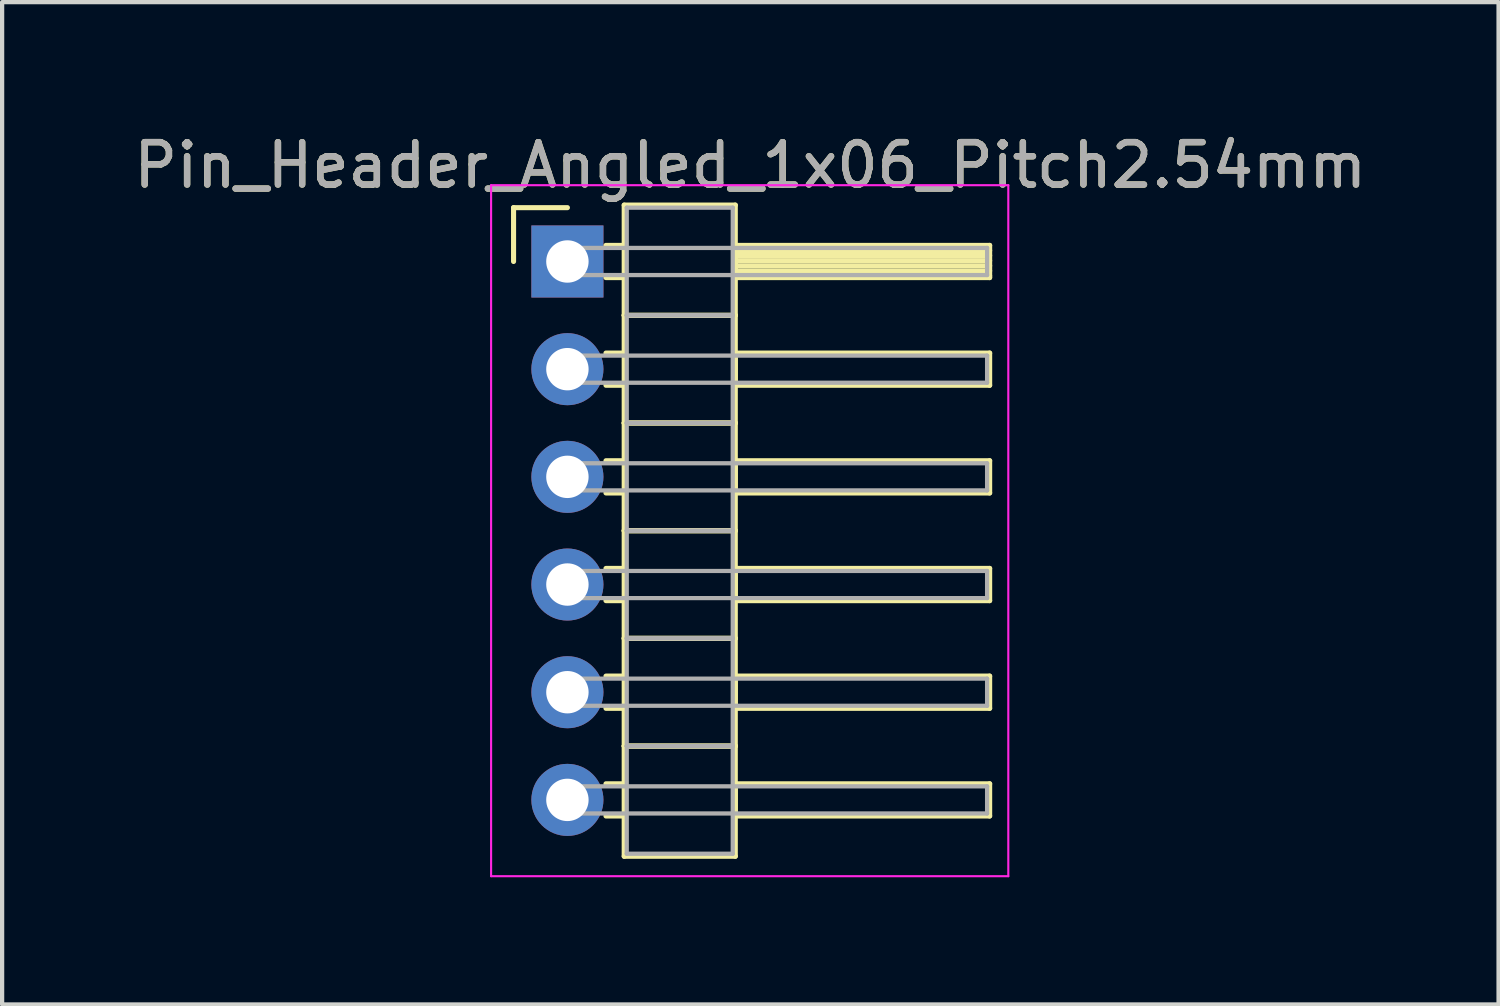
<source format=kicad_pcb>
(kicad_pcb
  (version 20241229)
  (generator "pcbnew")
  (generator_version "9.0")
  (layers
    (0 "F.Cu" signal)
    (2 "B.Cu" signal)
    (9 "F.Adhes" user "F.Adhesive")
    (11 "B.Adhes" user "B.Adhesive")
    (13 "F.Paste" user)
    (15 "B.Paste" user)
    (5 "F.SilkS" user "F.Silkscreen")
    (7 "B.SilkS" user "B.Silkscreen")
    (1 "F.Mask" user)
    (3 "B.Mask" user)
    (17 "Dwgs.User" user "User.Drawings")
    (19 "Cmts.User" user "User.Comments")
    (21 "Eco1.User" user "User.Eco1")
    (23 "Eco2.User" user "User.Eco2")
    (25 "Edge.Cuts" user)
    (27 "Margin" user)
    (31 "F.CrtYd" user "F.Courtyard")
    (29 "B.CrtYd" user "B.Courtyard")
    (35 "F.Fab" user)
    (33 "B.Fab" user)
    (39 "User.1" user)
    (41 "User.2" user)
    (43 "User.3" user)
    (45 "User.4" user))
  (footprint "Pin_Header_Angled_1x06_Pitch2.54mm"
    (layer "F.Cu")
    (at 10.334 3.118)
    (property "Reference" "Pin_Header_Angled_1x06_Pitch2.54mm" (at 4.315 -2.27 0) (layer "F.SilkS") (effects (font (size 1 1) (thickness 0.15))))
    (attr through_hole)
    (fp_line (start -1.27 -1.27) (end 0 -1.27) (stroke (width 0.12) (type solid)) (layer "F.SilkS"))
    (fp_line (start -1.27 0) (end -1.27 -1.27) (stroke (width 0.12) (type solid)) (layer "F.SilkS"))
    (fp_line (start 0.91 -0.38) (end 1.34 -0.38) (stroke (width 0.12) (type solid)) (layer "F.SilkS"))
    (fp_line (start 0.91 0.38) (end 1.34 0.38) (stroke (width 0.12) (type solid)) (layer "F.SilkS"))
    (fp_line (start 0.91 2.16) (end 1.34 2.16) (stroke (width 0.12) (type solid)) (layer "F.SilkS"))
    (fp_line (start 0.91 2.92) (end 1.34 2.92) (stroke (width 0.12) (type solid)) (layer "F.SilkS"))
    (fp_line (start 0.91 4.7) (end 1.34 4.7) (stroke (width 0.12) (type solid)) (layer "F.SilkS"))
    (fp_line (start 0.91 5.46) (end 1.34 5.46) (stroke (width 0.12) (type solid)) (layer "F.SilkS"))
    (fp_line (start 0.91 7.24) (end 1.34 7.24) (stroke (width 0.12) (type solid)) (layer "F.SilkS"))
    (fp_line (start 0.91 8) (end 1.34 8) (stroke (width 0.12) (type solid)) (layer "F.SilkS"))
    (fp_line (start 0.91 9.78) (end 1.34 9.78) (stroke (width 0.12) (type solid)) (layer "F.SilkS"))
    (fp_line (start 0.91 10.54) (end 1.34 10.54) (stroke (width 0.12) (type solid)) (layer "F.SilkS"))
    (fp_line (start 0.91 12.32) (end 1.34 12.32) (stroke (width 0.12) (type solid)) (layer "F.SilkS"))
    (fp_line (start 0.91 13.08) (end 1.34 13.08) (stroke (width 0.12) (type solid)) (layer "F.SilkS"))
    (fp_line (start 1.34 -1.33) (end 1.34 1.27) (stroke (width 0.12) (type solid)) (layer "F.SilkS"))
    (fp_line (start 1.34 1.27) (end 1.34 3.81) (stroke (width 0.12) (type solid)) (layer "F.SilkS"))
    (fp_line (start 1.34 1.27) (end 3.96 1.27) (stroke (width 0.12) (type solid)) (layer "F.SilkS"))
    (fp_line (start 1.34 3.81) (end 1.34 6.35) (stroke (width 0.12) (type solid)) (layer "F.SilkS"))
    (fp_line (start 1.34 3.81) (end 3.96 3.81) (stroke (width 0.12) (type solid)) (layer "F.SilkS"))
    (fp_line (start 1.34 6.35) (end 1.34 8.89) (stroke (width 0.12) (type solid)) (layer "F.SilkS"))
    (fp_line (start 1.34 6.35) (end 3.96 6.35) (stroke (width 0.12) (type solid)) (layer "F.SilkS"))
    (fp_line (start 1.34 8.89) (end 1.34 11.43) (stroke (width 0.12) (type solid)) (layer "F.SilkS"))
    (fp_line (start 1.34 8.89) (end 3.96 8.89) (stroke (width 0.12) (type solid)) (layer "F.SilkS"))
    (fp_line (start 1.34 11.43) (end 1.34 14.03) (stroke (width 0.12) (type solid)) (layer "F.SilkS"))
    (fp_line (start 1.34 11.43) (end 3.96 11.43) (stroke (width 0.12) (type solid)) (layer "F.SilkS"))
    (fp_line (start 1.34 14.03) (end 3.96 14.03) (stroke (width 0.12) (type solid)) (layer "F.SilkS"))
    (fp_line (start 3.96 -1.33) (end 1.34 -1.33) (stroke (width 0.12) (type solid)) (layer "F.SilkS"))
    (fp_line (start 3.96 -0.38) (end 3.96 0.38) (stroke (width 0.12) (type solid)) (layer "F.SilkS"))
    (fp_line (start 3.96 -0.26) (end 9.96 -0.26) (stroke (width 0.12) (type solid)) (layer "F.SilkS"))
    (fp_line (start 3.96 -0.14) (end 9.96 -0.14) (stroke (width 0.12) (type solid)) (layer "F.SilkS"))
    (fp_line (start 3.96 -0.02) (end 9.96 -0.02) (stroke (width 0.12) (type solid)) (layer "F.SilkS"))
    (fp_line (start 3.96 0.1) (end 9.96 0.1) (stroke (width 0.12) (type solid)) (layer "F.SilkS"))
    (fp_line (start 3.96 0.22) (end 9.96 0.22) (stroke (width 0.12) (type solid)) (layer "F.SilkS"))
    (fp_line (start 3.96 0.34) (end 9.96 0.34) (stroke (width 0.12) (type solid)) (layer "F.SilkS"))
    (fp_line (start 3.96 0.38) (end 9.96 0.38) (stroke (width 0.12) (type solid)) (layer "F.SilkS"))
    (fp_line (start 3.96 1.27) (end 1.34 1.27) (stroke (width 0.12) (type solid)) (layer "F.SilkS"))
    (fp_line (start 3.96 1.27) (end 3.96 -1.33) (stroke (width 0.12) (type solid)) (layer "F.SilkS"))
    (fp_line (start 3.96 2.16) (end 3.96 2.92) (stroke (width 0.12) (type solid)) (layer "F.SilkS"))
    (fp_line (start 3.96 2.92) (end 9.96 2.92) (stroke (width 0.12) (type solid)) (layer "F.SilkS"))
    (fp_line (start 3.96 3.81) (end 1.34 3.81) (stroke (width 0.12) (type solid)) (layer "F.SilkS"))
    (fp_line (start 3.96 3.81) (end 3.96 1.27) (stroke (width 0.12) (type solid)) (layer "F.SilkS"))
    (fp_line (start 3.96 4.7) (end 3.96 5.46) (stroke (width 0.12) (type solid)) (layer "F.SilkS"))
    (fp_line (start 3.96 5.46) (end 9.96 5.46) (stroke (width 0.12) (type solid)) (layer "F.SilkS"))
    (fp_line (start 3.96 6.35) (end 1.34 6.35) (stroke (width 0.12) (type solid)) (layer "F.SilkS"))
    (fp_line (start 3.96 6.35) (end 3.96 3.81) (stroke (width 0.12) (type solid)) (layer "F.SilkS"))
    (fp_line (start 3.96 7.24) (end 3.96 8) (stroke (width 0.12) (type solid)) (layer "F.SilkS"))
    (fp_line (start 3.96 8) (end 9.96 8) (stroke (width 0.12) (type solid)) (layer "F.SilkS"))
    (fp_line (start 3.96 8.89) (end 1.34 8.89) (stroke (width 0.12) (type solid)) (layer "F.SilkS"))
    (fp_line (start 3.96 8.89) (end 3.96 6.35) (stroke (width 0.12) (type solid)) (layer "F.SilkS"))
    (fp_line (start 3.96 9.78) (end 3.96 10.54) (stroke (width 0.12) (type solid)) (layer "F.SilkS"))
    (fp_line (start 3.96 10.54) (end 9.96 10.54) (stroke (width 0.12) (type solid)) (layer "F.SilkS"))
    (fp_line (start 3.96 11.43) (end 1.34 11.43) (stroke (width 0.12) (type solid)) (layer "F.SilkS"))
    (fp_line (start 3.96 11.43) (end 3.96 8.89) (stroke (width 0.12) (type solid)) (layer "F.SilkS"))
    (fp_line (start 3.96 12.32) (end 3.96 13.08) (stroke (width 0.12) (type solid)) (layer "F.SilkS"))
    (fp_line (start 3.96 13.08) (end 9.96 13.08) (stroke (width 0.12) (type solid)) (layer "F.SilkS"))
    (fp_line (start 3.96 14.03) (end 3.96 11.43) (stroke (width 0.12) (type solid)) (layer "F.SilkS"))
    (fp_line (start 9.96 -0.38) (end 3.96 -0.38) (stroke (width 0.12) (type solid)) (layer "F.SilkS"))
    (fp_line (start 9.96 0.38) (end 9.96 -0.38) (stroke (width 0.12) (type solid)) (layer "F.SilkS"))
    (fp_line (start 9.96 2.16) (end 3.96 2.16) (stroke (width 0.12) (type solid)) (layer "F.SilkS"))
    (fp_line (start 9.96 2.92) (end 9.96 2.16) (stroke (width 0.12) (type solid)) (layer "F.SilkS"))
    (fp_line (start 9.96 4.7) (end 3.96 4.7) (stroke (width 0.12) (type solid)) (layer "F.SilkS"))
    (fp_line (start 9.96 5.46) (end 9.96 4.7) (stroke (width 0.12) (type solid)) (layer "F.SilkS"))
    (fp_line (start 9.96 7.24) (end 3.96 7.24) (stroke (width 0.12) (type solid)) (layer "F.SilkS"))
    (fp_line (start 9.96 8) (end 9.96 7.24) (stroke (width 0.12) (type solid)) (layer "F.SilkS"))
    (fp_line (start 9.96 9.78) (end 3.96 9.78) (stroke (width 0.12) (type solid)) (layer "F.SilkS"))
    (fp_line (start 9.96 10.54) (end 9.96 9.78) (stroke (width 0.12) (type solid)) (layer "F.SilkS"))
    (fp_line (start 9.96 12.32) (end 3.96 12.32) (stroke (width 0.12) (type solid)) (layer "F.SilkS"))
    (fp_line (start 9.96 13.08) (end 9.96 12.32) (stroke (width 0.12) (type solid)) (layer "F.SilkS"))
    (fp_line (start -1.8 -1.8) (end -1.8 14.5) (stroke (width 0.05) (type solid)) (layer "F.CrtYd"))
    (fp_line (start -1.8 14.5) (end 10.4 14.5) (stroke (width 0.05) (type solid)) (layer "F.CrtYd"))
    (fp_line (start 10.4 -1.8) (end -1.8 -1.8) (stroke (width 0.05) (type solid)) (layer "F.CrtYd"))
    (fp_line (start 10.4 14.5) (end 10.4 -1.8) (stroke (width 0.05) (type solid)) (layer "F.CrtYd"))
    (fp_line (start 0 -0.32) (end 0 0.32) (stroke (width 0.1) (type solid)) (layer "F.Fab"))
    (fp_line (start 0 0.32) (end 9.9 0.32) (stroke (width 0.1) (type solid)) (layer "F.Fab"))
    (fp_line (start 0 2.22) (end 0 2.86) (stroke (width 0.1) (type solid)) (layer "F.Fab"))
    (fp_line (start 0 2.86) (end 9.9 2.86) (stroke (width 0.1) (type solid)) (layer "F.Fab"))
    (fp_line (start 0 4.76) (end 0 5.4) (stroke (width 0.1) (type solid)) (layer "F.Fab"))
    (fp_line (start 0 5.4) (end 9.9 5.4) (stroke (width 0.1) (type solid)) (layer "F.Fab"))
    (fp_line (start 0 7.3) (end 0 7.94) (stroke (width 0.1) (type solid)) (layer "F.Fab"))
    (fp_line (start 0 7.94) (end 9.9 7.94) (stroke (width 0.1) (type solid)) (layer "F.Fab"))
    (fp_line (start 0 9.84) (end 0 10.48) (stroke (width 0.1) (type solid)) (layer "F.Fab"))
    (fp_line (start 0 10.48) (end 9.9 10.48) (stroke (width 0.1) (type solid)) (layer "F.Fab"))
    (fp_line (start 0 12.38) (end 0 13.02) (stroke (width 0.1) (type solid)) (layer "F.Fab"))
    (fp_line (start 0 13.02) (end 9.9 13.02) (stroke (width 0.1) (type solid)) (layer "F.Fab"))
    (fp_line (start 1.4 -1.27) (end 1.4 1.27) (stroke (width 0.1) (type solid)) (layer "F.Fab"))
    (fp_line (start 1.4 1.27) (end 1.4 3.81) (stroke (width 0.1) (type solid)) (layer "F.Fab"))
    (fp_line (start 1.4 1.27) (end 3.9 1.27) (stroke (width 0.1) (type solid)) (layer "F.Fab"))
    (fp_line (start 1.4 3.81) (end 1.4 6.35) (stroke (width 0.1) (type solid)) (layer "F.Fab"))
    (fp_line (start 1.4 3.81) (end 3.9 3.81) (stroke (width 0.1) (type solid)) (layer "F.Fab"))
    (fp_line (start 1.4 6.35) (end 1.4 8.89) (stroke (width 0.1) (type solid)) (layer "F.Fab"))
    (fp_line (start 1.4 6.35) (end 3.9 6.35) (stroke (width 0.1) (type solid)) (layer "F.Fab"))
    (fp_line (start 1.4 8.89) (end 1.4 11.43) (stroke (width 0.1) (type solid)) (layer "F.Fab"))
    (fp_line (start 1.4 8.89) (end 3.9 8.89) (stroke (width 0.1) (type solid)) (layer "F.Fab"))
    (fp_line (start 1.4 11.43) (end 1.4 13.97) (stroke (width 0.1) (type solid)) (layer "F.Fab"))
    (fp_line (start 1.4 11.43) (end 3.9 11.43) (stroke (width 0.1) (type solid)) (layer "F.Fab"))
    (fp_line (start 1.4 13.97) (end 3.9 13.97) (stroke (width 0.1) (type solid)) (layer "F.Fab"))
    (fp_line (start 3.9 -1.27) (end 1.4 -1.27) (stroke (width 0.1) (type solid)) (layer "F.Fab"))
    (fp_line (start 3.9 1.27) (end 1.4 1.27) (stroke (width 0.1) (type solid)) (layer "F.Fab"))
    (fp_line (start 3.9 1.27) (end 3.9 -1.27) (stroke (width 0.1) (type solid)) (layer "F.Fab"))
    (fp_line (start 3.9 3.81) (end 1.4 3.81) (stroke (width 0.1) (type solid)) (layer "F.Fab"))
    (fp_line (start 3.9 3.81) (end 3.9 1.27) (stroke (width 0.1) (type solid)) (layer "F.Fab"))
    (fp_line (start 3.9 6.35) (end 1.4 6.35) (stroke (width 0.1) (type solid)) (layer "F.Fab"))
    (fp_line (start 3.9 6.35) (end 3.9 3.81) (stroke (width 0.1) (type solid)) (layer "F.Fab"))
    (fp_line (start 3.9 8.89) (end 1.4 8.89) (stroke (width 0.1) (type solid)) (layer "F.Fab"))
    (fp_line (start 3.9 8.89) (end 3.9 6.35) (stroke (width 0.1) (type solid)) (layer "F.Fab"))
    (fp_line (start 3.9 11.43) (end 1.4 11.43) (stroke (width 0.1) (type solid)) (layer "F.Fab"))
    (fp_line (start 3.9 11.43) (end 3.9 8.89) (stroke (width 0.1) (type solid)) (layer "F.Fab"))
    (fp_line (start 3.9 13.97) (end 3.9 11.43) (stroke (width 0.1) (type solid)) (layer "F.Fab"))
    (fp_line (start 9.9 -0.32) (end 0 -0.32) (stroke (width 0.1) (type solid)) (layer "F.Fab"))
    (fp_line (start 9.9 0.32) (end 9.9 -0.32) (stroke (width 0.1) (type solid)) (layer "F.Fab"))
    (fp_line (start 9.9 2.22) (end 0 2.22) (stroke (width 0.1) (type solid)) (layer "F.Fab"))
    (fp_line (start 9.9 2.86) (end 9.9 2.22) (stroke (width 0.1) (type solid)) (layer "F.Fab"))
    (fp_line (start 9.9 4.76) (end 0 4.76) (stroke (width 0.1) (type solid)) (layer "F.Fab"))
    (fp_line (start 9.9 5.4) (end 9.9 4.76) (stroke (width 0.1) (type solid)) (layer "F.Fab"))
    (fp_line (start 9.9 7.3) (end 0 7.3) (stroke (width 0.1) (type solid)) (layer "F.Fab"))
    (fp_line (start 9.9 7.94) (end 9.9 7.3) (stroke (width 0.1) (type solid)) (layer "F.Fab"))
    (fp_line (start 9.9 9.84) (end 0 9.84) (stroke (width 0.1) (type solid)) (layer "F.Fab"))
    (fp_line (start 9.9 10.48) (end 9.9 9.84) (stroke (width 0.1) (type solid)) (layer "F.Fab"))
    (fp_line (start 9.9 12.38) (end 0 12.38) (stroke (width 0.1) (type solid)) (layer "F.Fab"))
    (fp_line (start 9.9 13.02) (end 9.9 12.38) (stroke (width 0.1) (type solid)) (layer "F.Fab"))
    (fp_text user "${REFERENCE}" (at 4.315 -2.27 0) (layer "F.Fab") (effects (font (size 1 1) (thickness 0.15))))
    (pad "1" thru_hole rect (at 0 0) (size 1.7 1.7) (drill 1) (layers "*.Cu" "*.Mask"))
    (pad "2" thru_hole oval (at 0 2.54) (size 1.7 1.7) (drill 1) (layers "*.Cu" "*.Mask"))
    (pad "3" thru_hole oval (at 0 5.08) (size 1.7 1.7) (drill 1) (layers "*.Cu" "*.Mask"))
    (pad "4" thru_hole oval (at 0 7.62) (size 1.7 1.7) (drill 1) (layers "*.Cu" "*.Mask"))
    (pad "5" thru_hole oval (at 0 10.16) (size 1.7 1.7) (drill 1) (layers "*.Cu" "*.Mask"))
    (pad "6" thru_hole oval (at 0 12.7) (size 1.7 1.7) (drill 1) (layers "*.Cu" "*.Mask")))
  (gr_rect
    (start -3 -3)
    (end 32.298 20.643)
    (stroke (width 0.1) (type default))
    (fill no)
    (layer "Edge.Cuts")))
</source>
